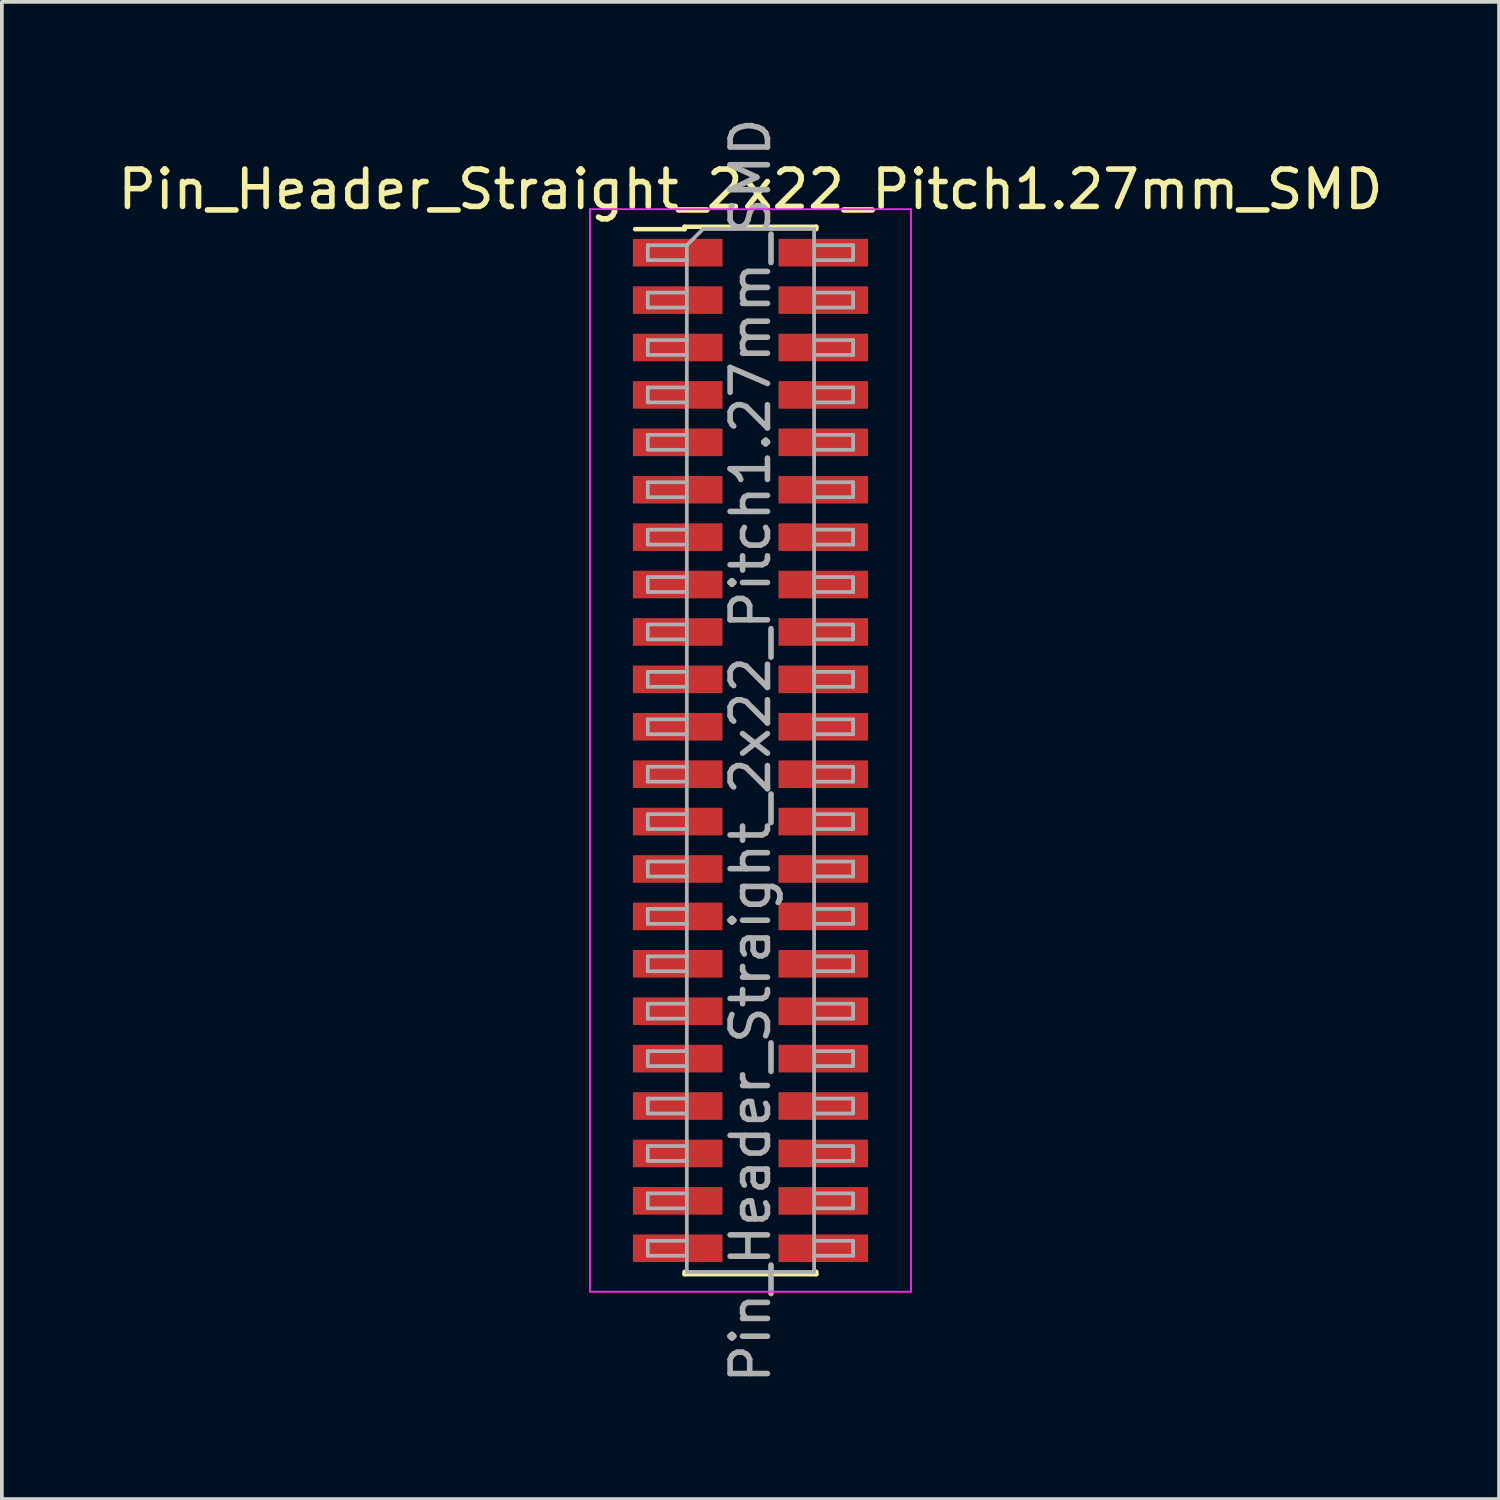
<source format=kicad_pcb>
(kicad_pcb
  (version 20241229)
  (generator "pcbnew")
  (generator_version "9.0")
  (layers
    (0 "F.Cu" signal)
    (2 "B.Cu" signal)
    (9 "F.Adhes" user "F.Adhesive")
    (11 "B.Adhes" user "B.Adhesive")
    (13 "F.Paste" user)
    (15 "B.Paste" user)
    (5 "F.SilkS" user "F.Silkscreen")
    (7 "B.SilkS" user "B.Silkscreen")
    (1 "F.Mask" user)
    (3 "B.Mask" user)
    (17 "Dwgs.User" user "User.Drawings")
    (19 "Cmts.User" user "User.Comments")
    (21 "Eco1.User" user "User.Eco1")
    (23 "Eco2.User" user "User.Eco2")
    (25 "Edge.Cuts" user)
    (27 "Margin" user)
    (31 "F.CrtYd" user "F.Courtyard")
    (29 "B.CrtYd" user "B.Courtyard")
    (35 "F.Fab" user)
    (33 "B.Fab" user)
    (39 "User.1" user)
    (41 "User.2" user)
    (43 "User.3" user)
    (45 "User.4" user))
  (footprint "Pin_Header_Straight_2x22_Pitch1.27mm_SMD"
    (layer "F.Cu")
    (at 17.054 17.054)
    (property "Reference" "Pin_Header_Straight_2x22_Pitch1.27mm_SMD" (at 0 -15.03 0) (layer "F.SilkS") (effects (font (size 1 1) (thickness 0.15))))
    (attr smd)
    (fp_line (start -3.09 -13.965) (end -1.765 -13.965) (stroke (width 0.12) (type solid)) (layer "F.SilkS"))
    (fp_line (start -1.765 -14.03) (end -1.765 -13.965) (stroke (width 0.12) (type solid)) (layer "F.SilkS"))
    (fp_line (start -1.765 -14.03) (end 1.765 -14.03) (stroke (width 0.12) (type solid)) (layer "F.SilkS"))
    (fp_line (start -1.765 13.965) (end -1.765 14.03) (stroke (width 0.12) (type solid)) (layer "F.SilkS"))
    (fp_line (start -1.765 14.03) (end 1.765 14.03) (stroke (width 0.12) (type solid)) (layer "F.SilkS"))
    (fp_line (start 1.765 -14.03) (end 1.765 -13.965) (stroke (width 0.12) (type solid)) (layer "F.SilkS"))
    (fp_line (start 1.765 13.965) (end 1.765 14.03) (stroke (width 0.12) (type solid)) (layer "F.SilkS"))
    (fp_line (start -4.3 -14.5) (end -4.3 14.5) (stroke (width 0.05) (type solid)) (layer "F.CrtYd"))
    (fp_line (start -4.3 14.5) (end 4.3 14.5) (stroke (width 0.05) (type solid)) (layer "F.CrtYd"))
    (fp_line (start 4.3 -14.5) (end -4.3 -14.5) (stroke (width 0.05) (type solid)) (layer "F.CrtYd"))
    (fp_line (start 4.3 14.5) (end 4.3 -14.5) (stroke (width 0.05) (type solid)) (layer "F.CrtYd"))
    (fp_line (start -2.75 -13.535) (end -2.75 -13.135) (stroke (width 0.1) (type solid)) (layer "F.Fab"))
    (fp_line (start -2.75 -13.135) (end -1.705 -13.135) (stroke (width 0.1) (type solid)) (layer "F.Fab"))
    (fp_line (start -2.75 -12.265) (end -2.75 -11.865) (stroke (width 0.1) (type solid)) (layer "F.Fab"))
    (fp_line (start -2.75 -11.865) (end -1.705 -11.865) (stroke (width 0.1) (type solid)) (layer "F.Fab"))
    (fp_line (start -2.75 -10.995) (end -2.75 -10.595) (stroke (width 0.1) (type solid)) (layer "F.Fab"))
    (fp_line (start -2.75 -10.595) (end -1.705 -10.595) (stroke (width 0.1) (type solid)) (layer "F.Fab"))
    (fp_line (start -2.75 -9.725) (end -2.75 -9.325) (stroke (width 0.1) (type solid)) (layer "F.Fab"))
    (fp_line (start -2.75 -9.325) (end -1.705 -9.325) (stroke (width 0.1) (type solid)) (layer "F.Fab"))
    (fp_line (start -2.75 -8.455) (end -2.75 -8.055) (stroke (width 0.1) (type solid)) (layer "F.Fab"))
    (fp_line (start -2.75 -8.055) (end -1.705 -8.055) (stroke (width 0.1) (type solid)) (layer "F.Fab"))
    (fp_line (start -2.75 -7.185) (end -2.75 -6.785) (stroke (width 0.1) (type solid)) (layer "F.Fab"))
    (fp_line (start -2.75 -6.785) (end -1.705 -6.785) (stroke (width 0.1) (type solid)) (layer "F.Fab"))
    (fp_line (start -2.75 -5.915) (end -2.75 -5.515) (stroke (width 0.1) (type solid)) (layer "F.Fab"))
    (fp_line (start -2.75 -5.515) (end -1.705 -5.515) (stroke (width 0.1) (type solid)) (layer "F.Fab"))
    (fp_line (start -2.75 -4.645) (end -2.75 -4.245) (stroke (width 0.1) (type solid)) (layer "F.Fab"))
    (fp_line (start -2.75 -4.245) (end -1.705 -4.245) (stroke (width 0.1) (type solid)) (layer "F.Fab"))
    (fp_line (start -2.75 -3.375) (end -2.75 -2.975) (stroke (width 0.1) (type solid)) (layer "F.Fab"))
    (fp_line (start -2.75 -2.975) (end -1.705 -2.975) (stroke (width 0.1) (type solid)) (layer "F.Fab"))
    (fp_line (start -2.75 -2.105) (end -2.75 -1.705) (stroke (width 0.1) (type solid)) (layer "F.Fab"))
    (fp_line (start -2.75 -1.705) (end -1.705 -1.705) (stroke (width 0.1) (type solid)) (layer "F.Fab"))
    (fp_line (start -2.75 -0.835) (end -2.75 -0.435) (stroke (width 0.1) (type solid)) (layer "F.Fab"))
    (fp_line (start -2.75 -0.435) (end -1.705 -0.435) (stroke (width 0.1) (type solid)) (layer "F.Fab"))
    (fp_line (start -2.75 0.435) (end -2.75 0.835) (stroke (width 0.1) (type solid)) (layer "F.Fab"))
    (fp_line (start -2.75 0.835) (end -1.705 0.835) (stroke (width 0.1) (type solid)) (layer "F.Fab"))
    (fp_line (start -2.75 1.705) (end -2.75 2.105) (stroke (width 0.1) (type solid)) (layer "F.Fab"))
    (fp_line (start -2.75 2.105) (end -1.705 2.105) (stroke (width 0.1) (type solid)) (layer "F.Fab"))
    (fp_line (start -2.75 2.975) (end -2.75 3.375) (stroke (width 0.1) (type solid)) (layer "F.Fab"))
    (fp_line (start -2.75 3.375) (end -1.705 3.375) (stroke (width 0.1) (type solid)) (layer "F.Fab"))
    (fp_line (start -2.75 4.245) (end -2.75 4.645) (stroke (width 0.1) (type solid)) (layer "F.Fab"))
    (fp_line (start -2.75 4.645) (end -1.705 4.645) (stroke (width 0.1) (type solid)) (layer "F.Fab"))
    (fp_line (start -2.75 5.515) (end -2.75 5.915) (stroke (width 0.1) (type solid)) (layer "F.Fab"))
    (fp_line (start -2.75 5.915) (end -1.705 5.915) (stroke (width 0.1) (type solid)) (layer "F.Fab"))
    (fp_line (start -2.75 6.785) (end -2.75 7.185) (stroke (width 0.1) (type solid)) (layer "F.Fab"))
    (fp_line (start -2.75 7.185) (end -1.705 7.185) (stroke (width 0.1) (type solid)) (layer "F.Fab"))
    (fp_line (start -2.75 8.055) (end -2.75 8.455) (stroke (width 0.1) (type solid)) (layer "F.Fab"))
    (fp_line (start -2.75 8.455) (end -1.705 8.455) (stroke (width 0.1) (type solid)) (layer "F.Fab"))
    (fp_line (start -2.75 9.325) (end -2.75 9.725) (stroke (width 0.1) (type solid)) (layer "F.Fab"))
    (fp_line (start -2.75 9.725) (end -1.705 9.725) (stroke (width 0.1) (type solid)) (layer "F.Fab"))
    (fp_line (start -2.75 10.595) (end -2.75 10.995) (stroke (width 0.1) (type solid)) (layer "F.Fab"))
    (fp_line (start -2.75 10.995) (end -1.705 10.995) (stroke (width 0.1) (type solid)) (layer "F.Fab"))
    (fp_line (start -2.75 11.865) (end -2.75 12.265) (stroke (width 0.1) (type solid)) (layer "F.Fab"))
    (fp_line (start -2.75 12.265) (end -1.705 12.265) (stroke (width 0.1) (type solid)) (layer "F.Fab"))
    (fp_line (start -2.75 13.135) (end -2.75 13.535) (stroke (width 0.1) (type solid)) (layer "F.Fab"))
    (fp_line (start -2.75 13.535) (end -1.705 13.535) (stroke (width 0.1) (type solid)) (layer "F.Fab"))
    (fp_line (start -1.705 -13.535) (end -2.75 -13.535) (stroke (width 0.1) (type solid)) (layer "F.Fab"))
    (fp_line (start -1.705 -13.535) (end -1.27 -13.97) (stroke (width 0.1) (type solid)) (layer "F.Fab"))
    (fp_line (start -1.705 -12.265) (end -2.75 -12.265) (stroke (width 0.1) (type solid)) (layer "F.Fab"))
    (fp_line (start -1.705 -10.995) (end -2.75 -10.995) (stroke (width 0.1) (type solid)) (layer "F.Fab"))
    (fp_line (start -1.705 -9.725) (end -2.75 -9.725) (stroke (width 0.1) (type solid)) (layer "F.Fab"))
    (fp_line (start -1.705 -8.455) (end -2.75 -8.455) (stroke (width 0.1) (type solid)) (layer "F.Fab"))
    (fp_line (start -1.705 -7.185) (end -2.75 -7.185) (stroke (width 0.1) (type solid)) (layer "F.Fab"))
    (fp_line (start -1.705 -5.915) (end -2.75 -5.915) (stroke (width 0.1) (type solid)) (layer "F.Fab"))
    (fp_line (start -1.705 -4.645) (end -2.75 -4.645) (stroke (width 0.1) (type solid)) (layer "F.Fab"))
    (fp_line (start -1.705 -3.375) (end -2.75 -3.375) (stroke (width 0.1) (type solid)) (layer "F.Fab"))
    (fp_line (start -1.705 -2.105) (end -2.75 -2.105) (stroke (width 0.1) (type solid)) (layer "F.Fab"))
    (fp_line (start -1.705 -0.835) (end -2.75 -0.835) (stroke (width 0.1) (type solid)) (layer "F.Fab"))
    (fp_line (start -1.705 0.435) (end -2.75 0.435) (stroke (width 0.1) (type solid)) (layer "F.Fab"))
    (fp_line (start -1.705 1.705) (end -2.75 1.705) (stroke (width 0.1) (type solid)) (layer "F.Fab"))
    (fp_line (start -1.705 2.975) (end -2.75 2.975) (stroke (width 0.1) (type solid)) (layer "F.Fab"))
    (fp_line (start -1.705 4.245) (end -2.75 4.245) (stroke (width 0.1) (type solid)) (layer "F.Fab"))
    (fp_line (start -1.705 5.515) (end -2.75 5.515) (stroke (width 0.1) (type solid)) (layer "F.Fab"))
    (fp_line (start -1.705 6.785) (end -2.75 6.785) (stroke (width 0.1) (type solid)) (layer "F.Fab"))
    (fp_line (start -1.705 8.055) (end -2.75 8.055) (stroke (width 0.1) (type solid)) (layer "F.Fab"))
    (fp_line (start -1.705 9.325) (end -2.75 9.325) (stroke (width 0.1) (type solid)) (layer "F.Fab"))
    (fp_line (start -1.705 10.595) (end -2.75 10.595) (stroke (width 0.1) (type solid)) (layer "F.Fab"))
    (fp_line (start -1.705 11.865) (end -2.75 11.865) (stroke (width 0.1) (type solid)) (layer "F.Fab"))
    (fp_line (start -1.705 13.135) (end -2.75 13.135) (stroke (width 0.1) (type solid)) (layer "F.Fab"))
    (fp_line (start -1.705 13.97) (end -1.705 -13.535) (stroke (width 0.1) (type solid)) (layer "F.Fab"))
    (fp_line (start -1.27 -13.97) (end 1.705 -13.97) (stroke (width 0.1) (type solid)) (layer "F.Fab"))
    (fp_line (start 1.705 -13.97) (end 1.705 13.97) (stroke (width 0.1) (type solid)) (layer "F.Fab"))
    (fp_line (start 1.705 -13.535) (end 2.75 -13.535) (stroke (width 0.1) (type solid)) (layer "F.Fab"))
    (fp_line (start 1.705 -12.265) (end 2.75 -12.265) (stroke (width 0.1) (type solid)) (layer "F.Fab"))
    (fp_line (start 1.705 -10.995) (end 2.75 -10.995) (stroke (width 0.1) (type solid)) (layer "F.Fab"))
    (fp_line (start 1.705 -9.725) (end 2.75 -9.725) (stroke (width 0.1) (type solid)) (layer "F.Fab"))
    (fp_line (start 1.705 -8.455) (end 2.75 -8.455) (stroke (width 0.1) (type solid)) (layer "F.Fab"))
    (fp_line (start 1.705 -7.185) (end 2.75 -7.185) (stroke (width 0.1) (type solid)) (layer "F.Fab"))
    (fp_line (start 1.705 -5.915) (end 2.75 -5.915) (stroke (width 0.1) (type solid)) (layer "F.Fab"))
    (fp_line (start 1.705 -4.645) (end 2.75 -4.645) (stroke (width 0.1) (type solid)) (layer "F.Fab"))
    (fp_line (start 1.705 -3.375) (end 2.75 -3.375) (stroke (width 0.1) (type solid)) (layer "F.Fab"))
    (fp_line (start 1.705 -2.105) (end 2.75 -2.105) (stroke (width 0.1) (type solid)) (layer "F.Fab"))
    (fp_line (start 1.705 -0.835) (end 2.75 -0.835) (stroke (width 0.1) (type solid)) (layer "F.Fab"))
    (fp_line (start 1.705 0.435) (end 2.75 0.435) (stroke (width 0.1) (type solid)) (layer "F.Fab"))
    (fp_line (start 1.705 1.705) (end 2.75 1.705) (stroke (width 0.1) (type solid)) (layer "F.Fab"))
    (fp_line (start 1.705 2.975) (end 2.75 2.975) (stroke (width 0.1) (type solid)) (layer "F.Fab"))
    (fp_line (start 1.705 4.245) (end 2.75 4.245) (stroke (width 0.1) (type solid)) (layer "F.Fab"))
    (fp_line (start 1.705 5.515) (end 2.75 5.515) (stroke (width 0.1) (type solid)) (layer "F.Fab"))
    (fp_line (start 1.705 6.785) (end 2.75 6.785) (stroke (width 0.1) (type solid)) (layer "F.Fab"))
    (fp_line (start 1.705 8.055) (end 2.75 8.055) (stroke (width 0.1) (type solid)) (layer "F.Fab"))
    (fp_line (start 1.705 9.325) (end 2.75 9.325) (stroke (width 0.1) (type solid)) (layer "F.Fab"))
    (fp_line (start 1.705 10.595) (end 2.75 10.595) (stroke (width 0.1) (type solid)) (layer "F.Fab"))
    (fp_line (start 1.705 11.865) (end 2.75 11.865) (stroke (width 0.1) (type solid)) (layer "F.Fab"))
    (fp_line (start 1.705 13.135) (end 2.75 13.135) (stroke (width 0.1) (type solid)) (layer "F.Fab"))
    (fp_line (start 1.705 13.97) (end -1.705 13.97) (stroke (width 0.1) (type solid)) (layer "F.Fab"))
    (fp_line (start 2.75 -13.535) (end 2.75 -13.135) (stroke (width 0.1) (type solid)) (layer "F.Fab"))
    (fp_line (start 2.75 -13.135) (end 1.705 -13.135) (stroke (width 0.1) (type solid)) (layer "F.Fab"))
    (fp_line (start 2.75 -12.265) (end 2.75 -11.865) (stroke (width 0.1) (type solid)) (layer "F.Fab"))
    (fp_line (start 2.75 -11.865) (end 1.705 -11.865) (stroke (width 0.1) (type solid)) (layer "F.Fab"))
    (fp_line (start 2.75 -10.995) (end 2.75 -10.595) (stroke (width 0.1) (type solid)) (layer "F.Fab"))
    (fp_line (start 2.75 -10.595) (end 1.705 -10.595) (stroke (width 0.1) (type solid)) (layer "F.Fab"))
    (fp_line (start 2.75 -9.725) (end 2.75 -9.325) (stroke (width 0.1) (type solid)) (layer "F.Fab"))
    (fp_line (start 2.75 -9.325) (end 1.705 -9.325) (stroke (width 0.1) (type solid)) (layer "F.Fab"))
    (fp_line (start 2.75 -8.455) (end 2.75 -8.055) (stroke (width 0.1) (type solid)) (layer "F.Fab"))
    (fp_line (start 2.75 -8.055) (end 1.705 -8.055) (stroke (width 0.1) (type solid)) (layer "F.Fab"))
    (fp_line (start 2.75 -7.185) (end 2.75 -6.785) (stroke (width 0.1) (type solid)) (layer "F.Fab"))
    (fp_line (start 2.75 -6.785) (end 1.705 -6.785) (stroke (width 0.1) (type solid)) (layer "F.Fab"))
    (fp_line (start 2.75 -5.915) (end 2.75 -5.515) (stroke (width 0.1) (type solid)) (layer "F.Fab"))
    (fp_line (start 2.75 -5.515) (end 1.705 -5.515) (stroke (width 0.1) (type solid)) (layer "F.Fab"))
    (fp_line (start 2.75 -4.645) (end 2.75 -4.245) (stroke (width 0.1) (type solid)) (layer "F.Fab"))
    (fp_line (start 2.75 -4.245) (end 1.705 -4.245) (stroke (width 0.1) (type solid)) (layer "F.Fab"))
    (fp_line (start 2.75 -3.375) (end 2.75 -2.975) (stroke (width 0.1) (type solid)) (layer "F.Fab"))
    (fp_line (start 2.75 -2.975) (end 1.705 -2.975) (stroke (width 0.1) (type solid)) (layer "F.Fab"))
    (fp_line (start 2.75 -2.105) (end 2.75 -1.705) (stroke (width 0.1) (type solid)) (layer "F.Fab"))
    (fp_line (start 2.75 -1.705) (end 1.705 -1.705) (stroke (width 0.1) (type solid)) (layer "F.Fab"))
    (fp_line (start 2.75 -0.835) (end 2.75 -0.435) (stroke (width 0.1) (type solid)) (layer "F.Fab"))
    (fp_line (start 2.75 -0.435) (end 1.705 -0.435) (stroke (width 0.1) (type solid)) (layer "F.Fab"))
    (fp_line (start 2.75 0.435) (end 2.75 0.835) (stroke (width 0.1) (type solid)) (layer "F.Fab"))
    (fp_line (start 2.75 0.835) (end 1.705 0.835) (stroke (width 0.1) (type solid)) (layer "F.Fab"))
    (fp_line (start 2.75 1.705) (end 2.75 2.105) (stroke (width 0.1) (type solid)) (layer "F.Fab"))
    (fp_line (start 2.75 2.105) (end 1.705 2.105) (stroke (width 0.1) (type solid)) (layer "F.Fab"))
    (fp_line (start 2.75 2.975) (end 2.75 3.375) (stroke (width 0.1) (type solid)) (layer "F.Fab"))
    (fp_line (start 2.75 3.375) (end 1.705 3.375) (stroke (width 0.1) (type solid)) (layer "F.Fab"))
    (fp_line (start 2.75 4.245) (end 2.75 4.645) (stroke (width 0.1) (type solid)) (layer "F.Fab"))
    (fp_line (start 2.75 4.645) (end 1.705 4.645) (stroke (width 0.1) (type solid)) (layer "F.Fab"))
    (fp_line (start 2.75 5.515) (end 2.75 5.915) (stroke (width 0.1) (type solid)) (layer "F.Fab"))
    (fp_line (start 2.75 5.915) (end 1.705 5.915) (stroke (width 0.1) (type solid)) (layer "F.Fab"))
    (fp_line (start 2.75 6.785) (end 2.75 7.185) (stroke (width 0.1) (type solid)) (layer "F.Fab"))
    (fp_line (start 2.75 7.185) (end 1.705 7.185) (stroke (width 0.1) (type solid)) (layer "F.Fab"))
    (fp_line (start 2.75 8.055) (end 2.75 8.455) (stroke (width 0.1) (type solid)) (layer "F.Fab"))
    (fp_line (start 2.75 8.455) (end 1.705 8.455) (stroke (width 0.1) (type solid)) (layer "F.Fab"))
    (fp_line (start 2.75 9.325) (end 2.75 9.725) (stroke (width 0.1) (type solid)) (layer "F.Fab"))
    (fp_line (start 2.75 9.725) (end 1.705 9.725) (stroke (width 0.1) (type solid)) (layer "F.Fab"))
    (fp_line (start 2.75 10.595) (end 2.75 10.995) (stroke (width 0.1) (type solid)) (layer "F.Fab"))
    (fp_line (start 2.75 10.995) (end 1.705 10.995) (stroke (width 0.1) (type solid)) (layer "F.Fab"))
    (fp_line (start 2.75 11.865) (end 2.75 12.265) (stroke (width 0.1) (type solid)) (layer "F.Fab"))
    (fp_line (start 2.75 12.265) (end 1.705 12.265) (stroke (width 0.1) (type solid)) (layer "F.Fab"))
    (fp_line (start 2.75 13.135) (end 2.75 13.535) (stroke (width 0.1) (type solid)) (layer "F.Fab"))
    (fp_line (start 2.75 13.535) (end 1.705 13.535) (stroke (width 0.1) (type solid)) (layer "F.Fab"))
    (fp_text user "${REFERENCE}" (at 0 0 90) (layer "F.Fab") (effects (font (size 1 1) (thickness 0.15))))
    (pad "1" smd rect (at -1.95 -13.335) (size 2.4 0.74) (layers "F.Cu" "F.Mask" "F.Paste"))
    (pad "2" smd rect (at 1.95 -13.335) (size 2.4 0.74) (layers "F.Cu" "F.Mask" "F.Paste"))
    (pad "3" smd rect (at -1.95 -12.065) (size 2.4 0.74) (layers "F.Cu" "F.Mask" "F.Paste"))
    (pad "4" smd rect (at 1.95 -12.065) (size 2.4 0.74) (layers "F.Cu" "F.Mask" "F.Paste"))
    (pad "5" smd rect (at -1.95 -10.795) (size 2.4 0.74) (layers "F.Cu" "F.Mask" "F.Paste"))
    (pad "6" smd rect (at 1.95 -10.795) (size 2.4 0.74) (layers "F.Cu" "F.Mask" "F.Paste"))
    (pad "7" smd rect (at -1.95 -9.525) (size 2.4 0.74) (layers "F.Cu" "F.Mask" "F.Paste"))
    (pad "8" smd rect (at 1.95 -9.525) (size 2.4 0.74) (layers "F.Cu" "F.Mask" "F.Paste"))
    (pad "9" smd rect (at -1.95 -8.255) (size 2.4 0.74) (layers "F.Cu" "F.Mask" "F.Paste"))
    (pad "10" smd rect (at 1.95 -8.255) (size 2.4 0.74) (layers "F.Cu" "F.Mask" "F.Paste"))
    (pad "11" smd rect (at -1.95 -6.985) (size 2.4 0.74) (layers "F.Cu" "F.Mask" "F.Paste"))
    (pad "12" smd rect (at 1.95 -6.985) (size 2.4 0.74) (layers "F.Cu" "F.Mask" "F.Paste"))
    (pad "13" smd rect (at -1.95 -5.715) (size 2.4 0.74) (layers "F.Cu" "F.Mask" "F.Paste"))
    (pad "14" smd rect (at 1.95 -5.715) (size 2.4 0.74) (layers "F.Cu" "F.Mask" "F.Paste"))
    (pad "15" smd rect (at -1.95 -4.445) (size 2.4 0.74) (layers "F.Cu" "F.Mask" "F.Paste"))
    (pad "16" smd rect (at 1.95 -4.445) (size 2.4 0.74) (layers "F.Cu" "F.Mask" "F.Paste"))
    (pad "17" smd rect (at -1.95 -3.175) (size 2.4 0.74) (layers "F.Cu" "F.Mask" "F.Paste"))
    (pad "18" smd rect (at 1.95 -3.175) (size 2.4 0.74) (layers "F.Cu" "F.Mask" "F.Paste"))
    (pad "19" smd rect (at -1.95 -1.905) (size 2.4 0.74) (layers "F.Cu" "F.Mask" "F.Paste"))
    (pad "20" smd rect (at 1.95 -1.905) (size 2.4 0.74) (layers "F.Cu" "F.Mask" "F.Paste"))
    (pad "21" smd rect (at -1.95 -0.635) (size 2.4 0.74) (layers "F.Cu" "F.Mask" "F.Paste"))
    (pad "22" smd rect (at 1.95 -0.635) (size 2.4 0.74) (layers "F.Cu" "F.Mask" "F.Paste"))
    (pad "23" smd rect (at -1.95 0.635) (size 2.4 0.74) (layers "F.Cu" "F.Mask" "F.Paste"))
    (pad "24" smd rect (at 1.95 0.635) (size 2.4 0.74) (layers "F.Cu" "F.Mask" "F.Paste"))
    (pad "25" smd rect (at -1.95 1.905) (size 2.4 0.74) (layers "F.Cu" "F.Mask" "F.Paste"))
    (pad "26" smd rect (at 1.95 1.905) (size 2.4 0.74) (layers "F.Cu" "F.Mask" "F.Paste"))
    (pad "27" smd rect (at -1.95 3.175) (size 2.4 0.74) (layers "F.Cu" "F.Mask" "F.Paste"))
    (pad "28" smd rect (at 1.95 3.175) (size 2.4 0.74) (layers "F.Cu" "F.Mask" "F.Paste"))
    (pad "29" smd rect (at -1.95 4.445) (size 2.4 0.74) (layers "F.Cu" "F.Mask" "F.Paste"))
    (pad "30" smd rect (at 1.95 4.445) (size 2.4 0.74) (layers "F.Cu" "F.Mask" "F.Paste"))
    (pad "31" smd rect (at -1.95 5.715) (size 2.4 0.74) (layers "F.Cu" "F.Mask" "F.Paste"))
    (pad "32" smd rect (at 1.95 5.715) (size 2.4 0.74) (layers "F.Cu" "F.Mask" "F.Paste"))
    (pad "33" smd rect (at -1.95 6.985) (size 2.4 0.74) (layers "F.Cu" "F.Mask" "F.Paste"))
    (pad "34" smd rect (at 1.95 6.985) (size 2.4 0.74) (layers "F.Cu" "F.Mask" "F.Paste"))
    (pad "35" smd rect (at -1.95 8.255) (size 2.4 0.74) (layers "F.Cu" "F.Mask" "F.Paste"))
    (pad "36" smd rect (at 1.95 8.255) (size 2.4 0.74) (layers "F.Cu" "F.Mask" "F.Paste"))
    (pad "37" smd rect (at -1.95 9.525) (size 2.4 0.74) (layers "F.Cu" "F.Mask" "F.Paste"))
    (pad "38" smd rect (at 1.95 9.525) (size 2.4 0.74) (layers "F.Cu" "F.Mask" "F.Paste"))
    (pad "39" smd rect (at -1.95 10.795) (size 2.4 0.74) (layers "F.Cu" "F.Mask" "F.Paste"))
    (pad "40" smd rect (at 1.95 10.795) (size 2.4 0.74) (layers "F.Cu" "F.Mask" "F.Paste"))
    (pad "41" smd rect (at -1.95 12.065) (size 2.4 0.74) (layers "F.Cu" "F.Mask" "F.Paste"))
    (pad "42" smd rect (at 1.95 12.065) (size 2.4 0.74) (layers "F.Cu" "F.Mask" "F.Paste"))
    (pad "43" smd rect (at -1.95 13.335) (size 2.4 0.74) (layers "F.Cu" "F.Mask" "F.Paste"))
    (pad "44" smd rect (at 1.95 13.335) (size 2.4 0.74) (layers "F.Cu" "F.Mask" "F.Paste")))
  (gr_rect
    (start -3 -3)
    (end 37.107 37.107)
    (stroke (width 0.1) (type default))
    (fill no)
    (layer "Edge.Cuts")))
</source>
